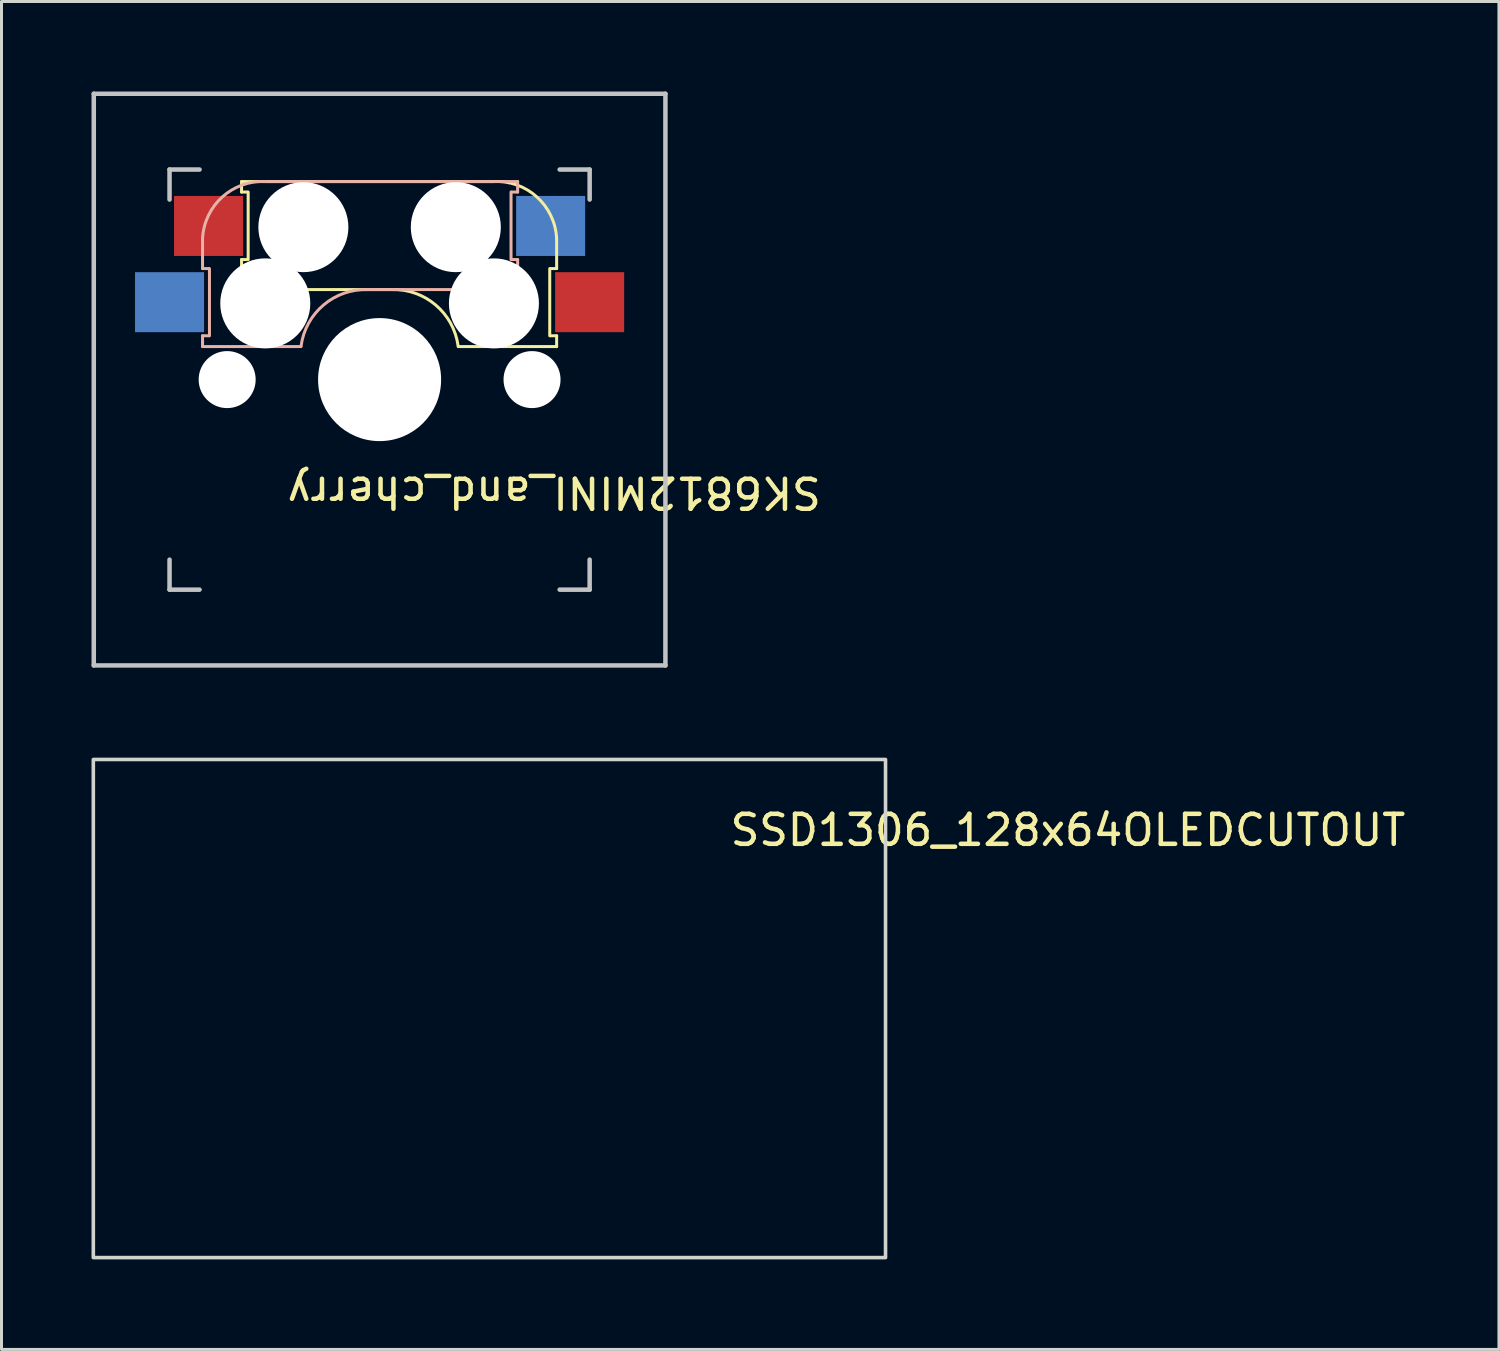
<source format=kicad_pcb>
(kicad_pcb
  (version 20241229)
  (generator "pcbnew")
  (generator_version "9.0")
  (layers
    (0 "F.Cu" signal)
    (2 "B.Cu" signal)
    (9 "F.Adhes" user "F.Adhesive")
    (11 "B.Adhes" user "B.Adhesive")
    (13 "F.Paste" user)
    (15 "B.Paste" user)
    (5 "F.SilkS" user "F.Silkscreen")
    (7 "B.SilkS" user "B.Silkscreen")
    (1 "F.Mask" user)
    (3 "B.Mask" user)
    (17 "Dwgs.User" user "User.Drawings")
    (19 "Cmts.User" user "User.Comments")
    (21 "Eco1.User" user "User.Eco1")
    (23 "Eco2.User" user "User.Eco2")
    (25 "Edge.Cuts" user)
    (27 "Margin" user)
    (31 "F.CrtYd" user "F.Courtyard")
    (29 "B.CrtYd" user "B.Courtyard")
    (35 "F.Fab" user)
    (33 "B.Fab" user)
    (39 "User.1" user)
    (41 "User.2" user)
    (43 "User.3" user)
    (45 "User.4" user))
  (footprint "SSD1306_128x64OLEDCUTOUT"
    (layer "F.Cu")
    (at 13.06 31.26)
    (property "Reference" "SSD1306_128x64OLEDCUTOUT" (at 19.479 -6.645 0) (layer "F.SilkS") (effects (font (size 1 1) (thickness 0.15))))
    (attr through_hole)
    (fp_rect (start 13.4 -9) (end -13 7.6) (stroke (width 0.12) (type solid)) (fill no) (layer "Edge.Cuts")))
  (footprint "SK6812MINI_and_cherry"
    (layer "F.Cu")
    (at 9.6 9.6)
    (property "Reference" "SK6812MINI_and_cherry" (at 5.818 3.759 180) (unlocked yes) (layer "F.SilkS") (effects (font (size 1 1) (thickness 0.15))))
    (attr through_hole)
    (fp_line (start -4.6 -6.6) (end 3.8 -6.6) (stroke (width 0.1) (type solid)) (layer "F.SilkS"))
    (fp_line (start -4.6 -6.25) (end -4.6 -6.6) (stroke (width 0.1) (type solid)) (layer "F.SilkS"))
    (fp_line (start -4.6 -4) (end -4.4 -4) (stroke (width 0.1) (type solid)) (layer "F.SilkS"))
    (fp_line (start -4.6 -3) (end -4.6 -4) (stroke (width 0.1) (type solid)) (layer "F.SilkS"))
    (fp_line (start -4.4 -6.25) (end -4.6 -6.25) (stroke (width 0.1) (type solid)) (layer "F.SilkS"))
    (fp_line (start -4.38 -4) (end -4.38 -6.25) (stroke (width 0.1) (type solid)) (layer "F.SilkS"))
    (fp_line (start 0.4 -3) (end -4.6 -3) (stroke (width 0.1) (type solid)) (layer "F.SilkS"))
    (fp_line (start 5.67 -3.7) (end 5.67 -1.46) (stroke (width 0.1) (type solid)) (layer "F.SilkS"))
    (fp_line (start 5.7 -1.46) (end 5.9 -1.46) (stroke (width 0.1) (type solid)) (layer "F.SilkS"))
    (fp_line (start 5.9 -4.7) (end 5.9 -3.7) (stroke (width 0.1) (type solid)) (layer "F.SilkS"))
    (fp_line (start 5.9 -3.7) (end 5.7 -3.7) (stroke (width 0.1) (type solid)) (layer "F.SilkS"))
    (fp_line (start 5.9 -1.1) (end 2.62 -1.1) (stroke (width 0.1) (type solid)) (layer "F.SilkS"))
    (fp_line (start 5.9 -1.1) (end 5.9 -1.46) (stroke (width 0.1) (type solid)) (layer "F.SilkS"))
    (fp_arc (start 0.4 -3) (mid 1.868709 -2.486118) (end 2.616318 -1.121471) (stroke (width 0.1) (type solid)) (layer "F.SilkS"))
    (fp_arc (start 3.8 -6.600001) (mid 5.243504 -6.084925) (end 5.900001 -4.7) (stroke (width 0.1) (type solid)) (layer "F.SilkS"))
    (fp_line (start -5.9 -4.7) (end -5.9 -3.7) (stroke (width 0.1) (type solid)) (layer "B.SilkS"))
    (fp_line (start -5.9 -3.7) (end -5.7 -3.7) (stroke (width 0.1) (type solid)) (layer "B.SilkS"))
    (fp_line (start -5.9 -1.1) (end -5.9 -1.46) (stroke (width 0.1) (type solid)) (layer "B.SilkS"))
    (fp_line (start -5.9 -1.1) (end -2.62 -1.1) (stroke (width 0.1) (type solid)) (layer "B.SilkS"))
    (fp_line (start -5.7 -1.46) (end -5.9 -1.46) (stroke (width 0.1) (type solid)) (layer "B.SilkS"))
    (fp_line (start -5.67 -3.7) (end -5.67 -1.46) (stroke (width 0.1) (type solid)) (layer "B.SilkS"))
    (fp_line (start -0.4 -3) (end 4.6 -3) (stroke (width 0.1) (type solid)) (layer "B.SilkS"))
    (fp_line (start 4.38 -4) (end 4.38 -6.25) (stroke (width 0.1) (type solid)) (layer "B.SilkS"))
    (fp_line (start 4.4 -6.25) (end 4.6 -6.25) (stroke (width 0.1) (type solid)) (layer "B.SilkS"))
    (fp_line (start 4.6 -6.6) (end -3.8 -6.6) (stroke (width 0.1) (type solid)) (layer "B.SilkS"))
    (fp_line (start 4.6 -6.25) (end 4.6 -6.6) (stroke (width 0.1) (type solid)) (layer "B.SilkS"))
    (fp_line (start 4.6 -4) (end 4.4 -4) (stroke (width 0.1) (type solid)) (layer "B.SilkS"))
    (fp_line (start 4.6 -3) (end 4.6 -4) (stroke (width 0.1) (type solid)) (layer "B.SilkS"))
    (fp_arc (start -5.9 -4.699999) (mid -5.243504 -6.084924) (end -3.800001 -6.6) (stroke (width 0.1) (type solid)) (layer "B.SilkS"))
    (fp_arc (start -2.616318 -1.121471) (mid -1.868709 -2.486118) (end -0.4 -3) (stroke (width 0.1) (type solid)) (layer "B.SilkS"))
    (fp_line (start -9.525 -9.525) (end 9.525 -9.525) (stroke (width 0.15) (type solid)) (layer "Dwgs.User"))
    (fp_line (start -9.525 9.525) (end -9.525 -9.525) (stroke (width 0.15) (type solid)) (layer "Dwgs.User"))
    (fp_line (start -7 -7) (end -6 -7) (stroke (width 0.15) (type solid)) (layer "Dwgs.User"))
    (fp_line (start -7 -6) (end -7 -7) (stroke (width 0.15) (type solid)) (layer "Dwgs.User"))
    (fp_line (start -7 6) (end -7 7) (stroke (width 0.15) (type solid)) (layer "Dwgs.User"))
    (fp_line (start -7 7) (end -6 7) (stroke (width 0.15) (type solid)) (layer "Dwgs.User"))
    (fp_line (start 6 7) (end 7 7) (stroke (width 0.15) (type solid)) (layer "Dwgs.User"))
    (fp_line (start 7 -7) (end 6 -7) (stroke (width 0.15) (type solid)) (layer "Dwgs.User"))
    (fp_line (start 7 -7) (end 7 -6) (stroke (width 0.15) (type solid)) (layer "Dwgs.User"))
    (fp_line (start 7 7) (end 7 6) (stroke (width 0.15) (type solid)) (layer "Dwgs.User"))
    (fp_line (start 9.525 -9.525) (end 9.525 9.525) (stroke (width 0.15) (type solid)) (layer "Dwgs.User"))
    (fp_line (start 9.525 9.525) (end -9.525 9.525) (stroke (width 0.15) (type solid)) (layer "Dwgs.User"))
    (pad "" np_thru_hole circle (at -5.08 0) (size 1.9 1.9) (drill 1.9) (layers "*.Cu" "*.Mask"))
    (pad "" np_thru_hole circle (at -3.81 -2.54 180) (size 3 3) (drill 3) (layers "*.Cu" "*.Mask"))
    (pad "" np_thru_hole circle (at -2.54 -5.08 180) (size 3 3) (drill 3) (layers "*.Cu" "*.Mask"))
    (pad "" np_thru_hole circle (at 0 0 90) (size 4.1 4.1) (drill 4.1) (layers "*.Cu" "*.Mask"))
    (pad "" np_thru_hole circle (at 2.54 -5.08 180) (size 3 3) (drill 3) (layers "*.Cu" "*.Mask"))
    (pad "" np_thru_hole circle (at 3.81 -2.54 180) (size 3 3) (drill 3) (layers "*.Cu" "*.Mask"))
    (pad "" np_thru_hole circle (at 5.08 0) (size 1.9 1.9) (drill 1.9) (layers "*.Cu" "*.Mask"))
    (pad "5" smd rect (at -7 -2.58 180) (size 2.3 2) (layers "B.Cu" "B.Mask" "B.Paste"))
    (pad "5" smd rect (at 7 -2.58 180) (size 2.3 2) (layers "F.Cu" "F.Mask" "F.Paste"))
    (pad "6" smd rect (at -5.7 -5.12 180) (size 2.3 2) (layers "F.Cu" "F.Mask"))
    (pad "6" smd rect (at 5.7 -5.12 180) (size 2.3 2) (layers "B.Cu" "B.Mask" "B.Paste")))
  (gr_rect
    (start -3 -3)
    (end 46.902 41.92)
    (stroke (width 0.1) (type default))
    (fill no)
    (layer "Edge.Cuts")))
</source>
